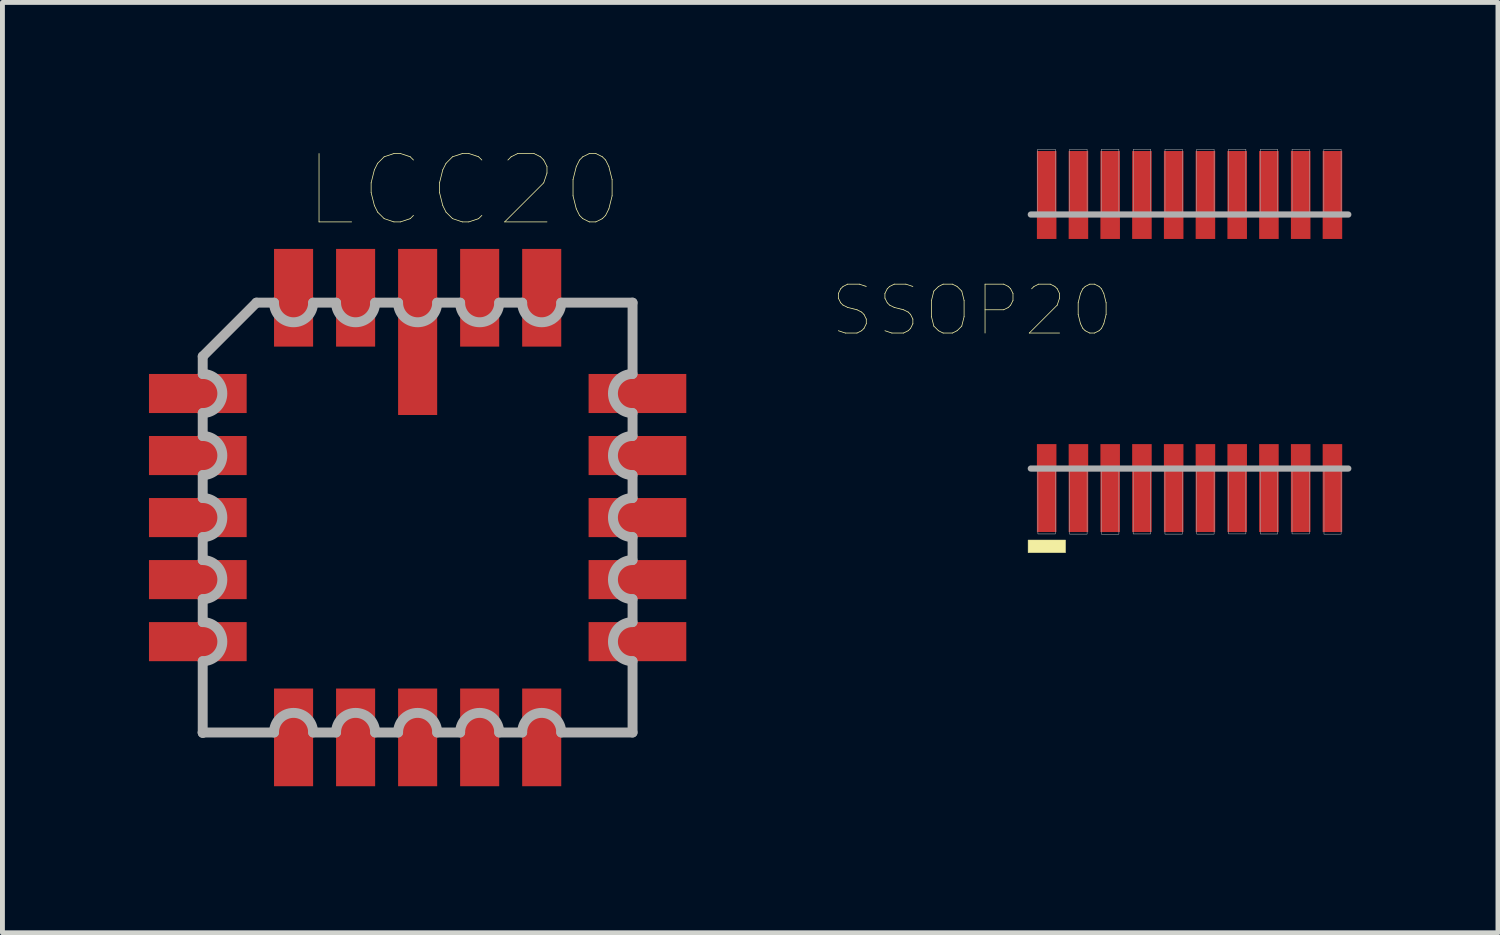
<source format=kicad_pcb>
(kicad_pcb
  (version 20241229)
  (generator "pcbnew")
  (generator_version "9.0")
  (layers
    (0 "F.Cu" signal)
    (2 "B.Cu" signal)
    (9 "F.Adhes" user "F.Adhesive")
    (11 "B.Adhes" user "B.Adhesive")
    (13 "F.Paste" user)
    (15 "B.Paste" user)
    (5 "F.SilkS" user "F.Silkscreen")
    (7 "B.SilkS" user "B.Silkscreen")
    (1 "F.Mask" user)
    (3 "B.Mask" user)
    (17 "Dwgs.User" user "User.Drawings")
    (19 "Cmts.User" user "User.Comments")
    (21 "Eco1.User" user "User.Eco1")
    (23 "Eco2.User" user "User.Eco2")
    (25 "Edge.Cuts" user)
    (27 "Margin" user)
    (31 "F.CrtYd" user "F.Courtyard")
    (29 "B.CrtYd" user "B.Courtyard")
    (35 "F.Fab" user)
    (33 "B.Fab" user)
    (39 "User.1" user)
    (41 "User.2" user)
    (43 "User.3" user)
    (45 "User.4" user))
  (footprint "LCC20"
    (layer "F.Cu")
    (at 5.5 7.546)
    (property "Reference" "LCC20" (at 0.948 -6.7 0) (layer "F.SilkS") (effects (font (size 1.4 1.4) (thickness 0.015))))
    (attr through_hole)
    (fp_line (start -4.4 -3.3) (end -4.4 -2.94) (stroke (width 0.203) (type solid)) (layer "F.Fab"))
    (fp_line (start -4.4 -2.14) (end -4.4 -1.67) (stroke (width 0.203) (type solid)) (layer "F.Fab"))
    (fp_line (start -4.4 -0.87) (end -4.4 -0.4) (stroke (width 0.203) (type solid)) (layer "F.Fab"))
    (fp_line (start -4.4 0.4) (end -4.4 0.87) (stroke (width 0.203) (type solid)) (layer "F.Fab"))
    (fp_line (start -4.4 1.67) (end -4.4 2.14) (stroke (width 0.203) (type solid)) (layer "F.Fab"))
    (fp_line (start -4.4 2.94) (end -4.4 4.4) (stroke (width 0.203) (type solid)) (layer "F.Fab"))
    (fp_line (start -4.4 4.4) (end -4.4 4.41) (stroke (width 0.203) (type solid)) (layer "F.Fab"))
    (fp_line (start -4.4 4.4) (end -2.94 4.4) (stroke (width 0.203) (type solid)) (layer "F.Fab"))
    (fp_line (start -3.3 -4.4) (end -4.4 -3.3) (stroke (width 0.203) (type solid)) (layer "F.Fab"))
    (fp_line (start -2.94 -4.4) (end -3.3 -4.4) (stroke (width 0.203) (type solid)) (layer "F.Fab"))
    (fp_line (start -2.14 4.4) (end -1.67 4.4) (stroke (width 0.203) (type solid)) (layer "F.Fab"))
    (fp_line (start -1.67 -4.4) (end -2.14 -4.4) (stroke (width 0.203) (type solid)) (layer "F.Fab"))
    (fp_line (start -0.87 4.4) (end -0.4 4.4) (stroke (width 0.203) (type solid)) (layer "F.Fab"))
    (fp_line (start -0.4 -4.4) (end -0.87 -4.4) (stroke (width 0.203) (type solid)) (layer "F.Fab"))
    (fp_line (start 0.4 4.4) (end 0.87 4.4) (stroke (width 0.203) (type solid)) (layer "F.Fab"))
    (fp_line (start 0.87 -4.4) (end 0.4 -4.4) (stroke (width 0.203) (type solid)) (layer "F.Fab"))
    (fp_line (start 1.67 4.4) (end 2.14 4.4) (stroke (width 0.203) (type solid)) (layer "F.Fab"))
    (fp_line (start 2.14 -4.4) (end 1.67 -4.4) (stroke (width 0.203) (type solid)) (layer "F.Fab"))
    (fp_line (start 2.94 4.4) (end 4.4 4.4) (stroke (width 0.203) (type solid)) (layer "F.Fab"))
    (fp_line (start 4.4 -4.4) (end 2.94 -4.4) (stroke (width 0.203) (type solid)) (layer "F.Fab"))
    (fp_line (start 4.4 -2.94) (end 4.4 -4.4) (stroke (width 0.203) (type solid)) (layer "F.Fab"))
    (fp_line (start 4.4 -1.67) (end 4.4 -2.14) (stroke (width 0.203) (type solid)) (layer "F.Fab"))
    (fp_line (start 4.4 -0.4) (end 4.4 -0.87) (stroke (width 0.203) (type solid)) (layer "F.Fab"))
    (fp_line (start 4.4 0.87) (end 4.4 0.4) (stroke (width 0.203) (type solid)) (layer "F.Fab"))
    (fp_line (start 4.4 2.14) (end 4.4 1.67) (stroke (width 0.203) (type solid)) (layer "F.Fab"))
    (fp_line (start 4.4 4.4) (end 4.4 2.94) (stroke (width 0.203) (type solid)) (layer "F.Fab"))
    (fp_arc (start -4.3985 -2.94) (mid -3.9985 -2.54) (end -4.3985 -2.14) (stroke (width 0.2032) (type solid)) (layer "F.Fab"))
    (fp_arc (start -4.3985 -1.67) (mid -3.9985 -1.27) (end -4.3985 -0.87) (stroke (width 0.2032) (type solid)) (layer "F.Fab"))
    (fp_arc (start -4.3985 -0.4001) (mid -3.9984 0) (end -4.3985 0.4001) (stroke (width 0.2032) (type solid)) (layer "F.Fab"))
    (fp_arc (start -4.3985 0.8699) (mid -3.9984 1.27) (end -4.3985 1.6701) (stroke (width 0.2032) (type solid)) (layer "F.Fab"))
    (fp_arc (start -4.3985 2.1399) (mid -3.9984 2.54) (end -4.3985 2.9401) (stroke (width 0.2032) (type solid)) (layer "F.Fab"))
    (fp_arc (start -2.9401 4.3985) (mid -2.54 3.9984) (end -2.1399 4.3985) (stroke (width 0.2032) (type solid)) (layer "F.Fab"))
    (fp_arc (start -2.1399 -4.3985) (mid -2.54 -3.9984) (end -2.9401 -4.3985) (stroke (width 0.2032) (type solid)) (layer "F.Fab"))
    (fp_arc (start -1.6701 4.3985) (mid -1.27 3.9984) (end -0.8699 4.3985) (stroke (width 0.2032) (type solid)) (layer "F.Fab"))
    (fp_arc (start -0.8699 -4.3985) (mid -1.27 -3.9984) (end -1.6701 -4.3985) (stroke (width 0.2032) (type solid)) (layer "F.Fab"))
    (fp_arc (start -0.4001 4.3985) (mid 0 3.9984) (end 0.4001 4.3985) (stroke (width 0.2032) (type solid)) (layer "F.Fab"))
    (fp_arc (start 0.4001 -4.3985) (mid 0 -3.9984) (end -0.4001 -4.3985) (stroke (width 0.2032) (type solid)) (layer "F.Fab"))
    (fp_arc (start 0.87 4.3985) (mid 1.27 3.9985) (end 1.67 4.3985) (stroke (width 0.2032) (type solid)) (layer "F.Fab"))
    (fp_arc (start 1.67 -4.3985) (mid 1.27 -3.9985) (end 0.87 -4.3985) (stroke (width 0.2032) (type solid)) (layer "F.Fab"))
    (fp_arc (start 2.14 4.3985) (mid 2.54 3.9985) (end 2.94 4.3985) (stroke (width 0.2032) (type solid)) (layer "F.Fab"))
    (fp_arc (start 2.94 -4.3985) (mid 2.54 -3.9985) (end 2.14 -4.3985) (stroke (width 0.2032) (type solid)) (layer "F.Fab"))
    (fp_arc (start 4.3985 -2.1399) (mid 3.9984 -2.54) (end 4.3985 -2.9401) (stroke (width 0.2032) (type solid)) (layer "F.Fab"))
    (fp_arc (start 4.3985 -0.8699) (mid 3.9984 -1.27) (end 4.3985 -1.6701) (stroke (width 0.2032) (type solid)) (layer "F.Fab"))
    (fp_arc (start 4.3985 0.4001) (mid 3.9984 0) (end 4.3985 -0.4001) (stroke (width 0.2032) (type solid)) (layer "F.Fab"))
    (fp_arc (start 4.3985 1.67) (mid 3.9985 1.27) (end 4.3985 0.87) (stroke (width 0.2032) (type solid)) (layer "F.Fab"))
    (fp_arc (start 4.3985 2.94) (mid 3.9985 2.54) (end 4.3985 2.14) (stroke (width 0.2032) (type solid)) (layer "F.Fab"))
    (pad "1" smd rect (at 0 -3.8) (size 0.8 3.4) (layers "F.Cu" "F.Mask" "F.Paste"))
    (pad "2" smd rect (at -1.27 -4.5) (size 0.8 2) (layers "F.Cu" "F.Mask" "F.Paste"))
    (pad "3" smd rect (at -2.54 -4.5) (size 0.8 2) (layers "F.Cu" "F.Mask" "F.Paste"))
    (pad "4" smd rect (at -4.5 -2.54) (size 2 0.8) (layers "F.Cu" "F.Mask" "F.Paste"))
    (pad "5" smd rect (at -4.5 -1.27) (size 2 0.8) (layers "F.Cu" "F.Mask" "F.Paste"))
    (pad "6" smd rect (at -4.5 0) (size 2 0.8) (layers "F.Cu" "F.Mask" "F.Paste"))
    (pad "7" smd rect (at -4.5 1.27) (size 2 0.8) (layers "F.Cu" "F.Mask" "F.Paste"))
    (pad "8" smd rect (at -4.5 2.54) (size 2 0.8) (layers "F.Cu" "F.Mask" "F.Paste"))
    (pad "9" smd rect (at -2.54 4.5) (size 0.8 2) (layers "F.Cu" "F.Mask" "F.Paste"))
    (pad "10" smd rect (at -1.27 4.5) (size 0.8 2) (layers "F.Cu" "F.Mask" "F.Paste"))
    (pad "11" smd rect (at 0 4.5) (size 0.8 2) (layers "F.Cu" "F.Mask" "F.Paste"))
    (pad "12" smd rect (at 1.27 4.5) (size 0.8 2) (layers "F.Cu" "F.Mask" "F.Paste"))
    (pad "13" smd rect (at 2.54 4.5) (size 0.8 2) (layers "F.Cu" "F.Mask" "F.Paste"))
    (pad "14" smd rect (at 4.5 2.54) (size 2 0.8) (layers "F.Cu" "F.Mask" "F.Paste"))
    (pad "15" smd rect (at 4.5 1.27) (size 2 0.8) (layers "F.Cu" "F.Mask" "F.Paste"))
    (pad "16" smd rect (at 4.5 0) (size 2 0.8) (layers "F.Cu" "F.Mask" "F.Paste"))
    (pad "17" smd rect (at 4.5 -1.27) (size 2 0.8) (layers "F.Cu" "F.Mask" "F.Paste"))
    (pad "18" smd rect (at 4.5 -2.54) (size 2 0.8) (layers "F.Cu" "F.Mask" "F.Paste"))
    (pad "19" smd rect (at 2.54 -4.5) (size 0.8 2) (layers "F.Cu" "F.Mask" "F.Paste"))
    (pad "20" smd rect (at 1.27 -4.5) (size 0.8 2) (layers "F.Cu" "F.Mask" "F.Paste")))
  (footprint "SSOP20"
    (layer "F.Cu")
    (at 21.303 3.942)
    (property "Reference" "SSOP20" (at -4.449 -0.636 180) (layer "F.SilkS") (effects (font (size 1.001 1.001) (thickness 0.015))))
    (attr through_hole)
    (fp_poly (pts (xy -3.305 4.064) (xy -2.54 4.064) (xy -2.54 4.322) (xy -3.305 4.322)) (stroke (width 0.01) (type solid)) (fill yes) (layer "F.SilkS"))
    (fp_line (start -3.25 2.6) (end 3.25 2.6) (stroke (width 0.127) (type solid)) (layer "F.Fab"))
    (fp_line (start 3.25 -2.6) (end -3.25 -2.6) (stroke (width 0.127) (type solid)) (layer "F.Fab"))
    (fp_poly (pts (xy -3.109 -3.937) (xy -2.747 -3.937) (xy -2.747 -2.646) (xy -3.109 -2.646)) (stroke (width 0.01) (type solid)) (fill no) (layer "F.Fab"))
    (fp_poly (pts (xy -3.105 2.642) (xy -2.747 2.642) (xy -2.747 3.939) (xy -3.105 3.939)) (stroke (width 0.01) (type solid)) (fill no) (layer "F.Fab"))
    (fp_poly (pts (xy -2.457 2.642) (xy -2.097 2.642) (xy -2.097 3.943) (xy -2.457 3.943)) (stroke (width 0.01) (type solid)) (fill no) (layer "F.Fab"))
    (fp_poly (pts (xy -2.455 -3.937) (xy -2.097 -3.937) (xy -2.097 -2.644) (xy -2.455 -2.644)) (stroke (width 0.01) (type solid)) (fill no) (layer "F.Fab"))
    (fp_poly (pts (xy -1.806 2.642) (xy -1.447 2.642) (xy -1.447 3.945) (xy -1.806 3.945)) (stroke (width 0.01) (type solid)) (fill no) (layer "F.Fab"))
    (fp_poly (pts (xy -1.806 -3.937) (xy -1.447 -3.937) (xy -1.447 -2.646) (xy -1.806 -2.646)) (stroke (width 0.01) (type solid)) (fill no) (layer "F.Fab"))
    (fp_poly (pts (xy -1.154 2.642) (xy -0.797 2.642) (xy -0.797 3.939) (xy -1.154 3.939)) (stroke (width 0.01) (type solid)) (fill no) (layer "F.Fab"))
    (fp_poly (pts (xy -1.153 -3.937) (xy -0.797 -3.937) (xy -0.797 -2.643) (xy -1.153 -2.643)) (stroke (width 0.01) (type solid)) (fill no) (layer "F.Fab"))
    (fp_poly (pts (xy -0.504 2.642) (xy -0.147 2.642) (xy -0.147 3.943) (xy -0.504 3.943)) (stroke (width 0.01) (type solid)) (fill no) (layer "F.Fab"))
    (fp_poly (pts (xy -0.503 -3.937) (xy -0.147 -3.937) (xy -0.147 -2.644) (xy -0.503 -2.644)) (stroke (width 0.01) (type solid)) (fill no) (layer "F.Fab"))
    (fp_poly (pts (xy 0.147 -3.937) (xy 0.503 -3.937) (xy 0.503 -2.645) (xy 0.147 -2.645)) (stroke (width 0.01) (type solid)) (fill no) (layer "F.Fab"))
    (fp_poly (pts (xy 0.147 2.642) (xy 0.503 2.642) (xy 0.503 3.943) (xy 0.147 3.943)) (stroke (width 0.01) (type solid)) (fill no) (layer "F.Fab"))
    (fp_poly (pts (xy 0.798 2.642) (xy 1.153 2.642) (xy 1.153 3.938) (xy 0.798 3.938)) (stroke (width 0.01) (type solid)) (fill no) (layer "F.Fab"))
    (fp_poly (pts (xy 0.798 -3.937) (xy 1.153 -3.937) (xy 1.153 -2.644) (xy 0.798 -2.644)) (stroke (width 0.01) (type solid)) (fill no) (layer "F.Fab"))
    (fp_poly (pts (xy 1.448 2.642) (xy 1.803 2.642) (xy 1.803 3.94) (xy 1.448 3.94)) (stroke (width 0.01) (type solid)) (fill no) (layer "F.Fab"))
    (fp_poly (pts (xy 1.449 -3.937) (xy 1.803 -3.937) (xy 1.803 -2.645) (xy 1.449 -2.645)) (stroke (width 0.01) (type solid)) (fill no) (layer "F.Fab"))
    (fp_poly (pts (xy 2.098 2.642) (xy 2.453 2.642) (xy 2.453 3.938) (xy 2.098 3.938)) (stroke (width 0.01) (type solid)) (fill no) (layer "F.Fab"))
    (fp_poly (pts (xy 2.099 -3.937) (xy 2.453 -3.937) (xy 2.453 -2.644) (xy 2.099 -2.644)) (stroke (width 0.01) (type solid)) (fill no) (layer "F.Fab"))
    (fp_poly (pts (xy 2.749 -3.937) (xy 3.103 -3.937) (xy 3.103 -2.643) (xy 2.749 -2.643)) (stroke (width 0.01) (type solid)) (fill no) (layer "F.Fab"))
    (fp_poly (pts (xy 2.752 2.642) (xy 3.103 2.642) (xy 3.103 3.944) (xy 2.752 3.944)) (stroke (width 0.01) (type solid)) (fill no) (layer "F.Fab"))
    (pad "1" smd rect (at -2.925 3) (size 0.4 1.8) (layers "F.Cu" "F.Mask" "F.Paste"))
    (pad "2" smd rect (at -2.275 3) (size 0.4 1.8) (layers "F.Cu" "F.Mask" "F.Paste"))
    (pad "3" smd rect (at -1.625 3) (size 0.4 1.8) (layers "F.Cu" "F.Mask" "F.Paste"))
    (pad "4" smd rect (at -0.975 3) (size 0.4 1.8) (layers "F.Cu" "F.Mask" "F.Paste"))
    (pad "5" smd rect (at -0.325 3) (size 0.4 1.8) (layers "F.Cu" "F.Mask" "F.Paste"))
    (pad "6" smd rect (at 0.325 3) (size 0.4 1.8) (layers "F.Cu" "F.Mask" "F.Paste"))
    (pad "7" smd rect (at 0.975 3) (size 0.4 1.8) (layers "F.Cu" "F.Mask" "F.Paste"))
    (pad "8" smd rect (at 1.625 3) (size 0.4 1.8) (layers "F.Cu" "F.Mask" "F.Paste"))
    (pad "9" smd rect (at 2.275 3) (size 0.4 1.8) (layers "F.Cu" "F.Mask" "F.Paste"))
    (pad "10" smd rect (at 2.925 3) (size 0.4 1.8) (layers "F.Cu" "F.Mask" "F.Paste"))
    (pad "11" smd rect (at 2.925 -3) (size 0.4 1.8) (layers "F.Cu" "F.Mask" "F.Paste"))
    (pad "12" smd rect (at 2.275 -3) (size 0.4 1.8) (layers "F.Cu" "F.Mask" "F.Paste"))
    (pad "13" smd rect (at 1.625 -3) (size 0.4 1.8) (layers "F.Cu" "F.Mask" "F.Paste"))
    (pad "14" smd rect (at 0.975 -3) (size 0.4 1.8) (layers "F.Cu" "F.Mask" "F.Paste"))
    (pad "15" smd rect (at 0.325 -3) (size 0.4 1.8) (layers "F.Cu" "F.Mask" "F.Paste"))
    (pad "16" smd rect (at -0.325 -3) (size 0.4 1.8) (layers "F.Cu" "F.Mask" "F.Paste"))
    (pad "17" smd rect (at -0.975 -3) (size 0.4 1.8) (layers "F.Cu" "F.Mask" "F.Paste"))
    (pad "18" smd rect (at -1.625 -3) (size 0.4 1.8) (layers "F.Cu" "F.Mask" "F.Paste"))
    (pad "19" smd rect (at -2.275 -3) (size 0.4 1.8) (layers "F.Cu" "F.Mask" "F.Paste"))
    (pad "20" smd rect (at -2.925 -3) (size 0.4 1.8) (layers "F.Cu" "F.Mask" "F.Paste")))
  (gr_rect
    (start -3 -3)
    (end 27.617 16.046)
    (stroke (width 0.1) (type default))
    (fill no)
    (layer "Edge.Cuts")))
</source>
